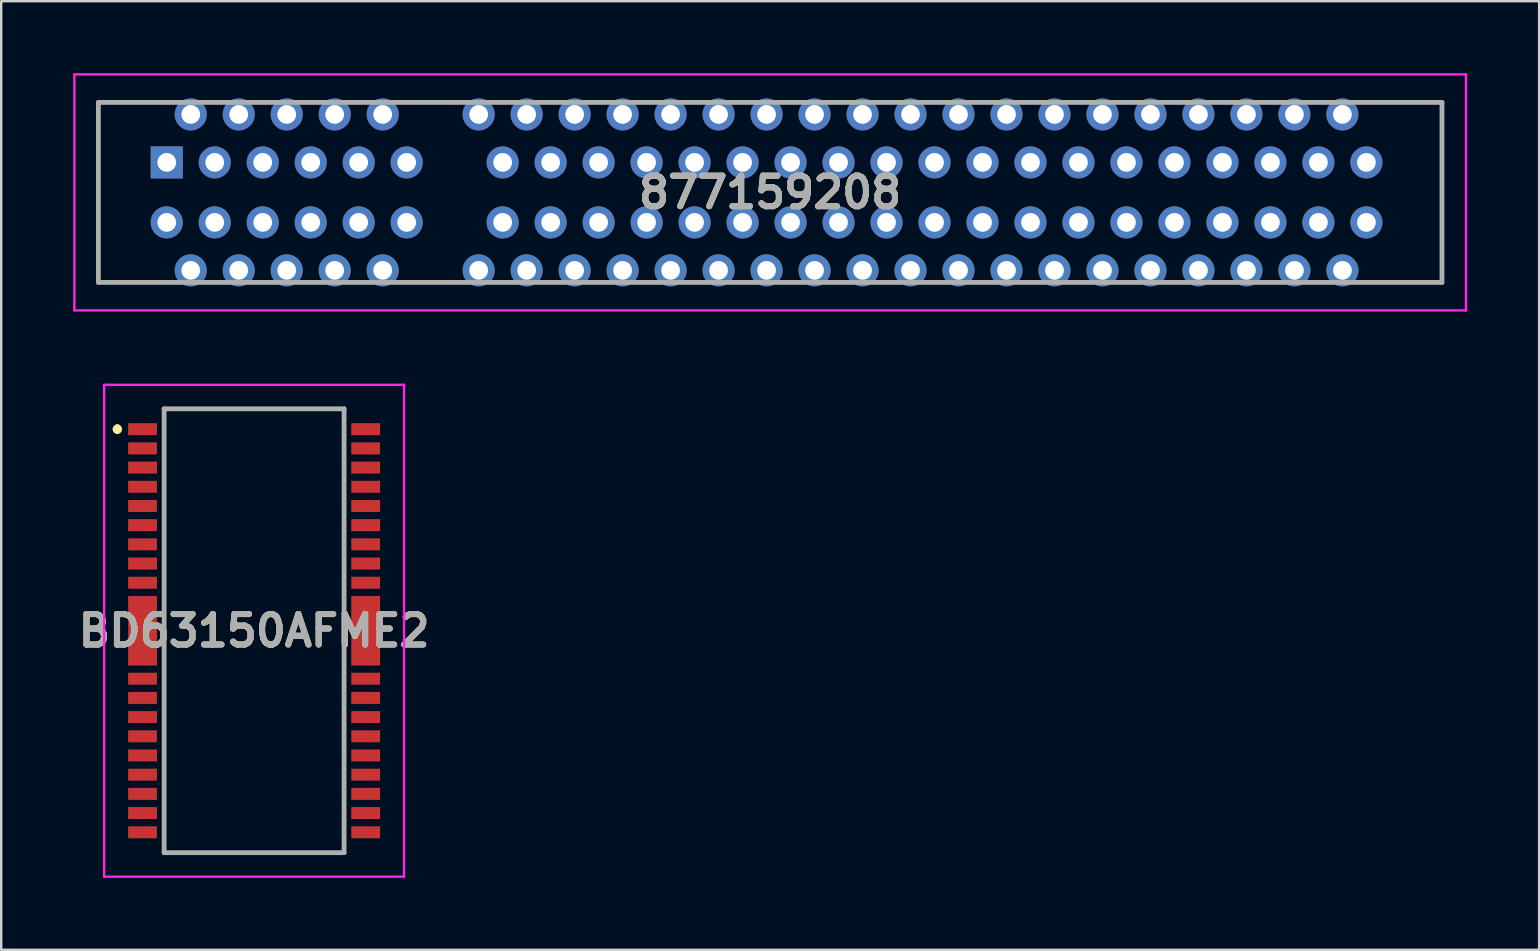
<source format=kicad_pcb>
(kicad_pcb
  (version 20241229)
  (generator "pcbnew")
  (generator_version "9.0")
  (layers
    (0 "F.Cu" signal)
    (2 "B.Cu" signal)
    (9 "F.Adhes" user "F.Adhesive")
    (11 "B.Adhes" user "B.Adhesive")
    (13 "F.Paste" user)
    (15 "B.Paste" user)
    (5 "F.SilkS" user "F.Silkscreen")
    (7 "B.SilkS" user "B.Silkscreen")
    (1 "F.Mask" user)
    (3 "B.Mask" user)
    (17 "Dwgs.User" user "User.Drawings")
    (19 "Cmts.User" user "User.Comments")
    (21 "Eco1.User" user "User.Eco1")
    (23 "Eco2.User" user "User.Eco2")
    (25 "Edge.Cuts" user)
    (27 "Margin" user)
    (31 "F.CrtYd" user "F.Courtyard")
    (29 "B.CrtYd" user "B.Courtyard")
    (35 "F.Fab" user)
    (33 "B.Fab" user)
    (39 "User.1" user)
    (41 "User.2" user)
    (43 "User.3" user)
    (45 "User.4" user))
  (footprint "BD63150AFME2"
    (layer "F.Cu")
    (at 7.541 23.238)
    (property "Reference" "BD63150AFME2" (at 0 0 0) (layer "F.SilkS") (effects (font (size 1.27 1.27) (thickness 0.254))))
    (attr smd)
    (fp_line (start -5.7 -8.5) (end -5.7 -8.5) (stroke (width 0.2) (type solid)) (layer "F.SilkS"))
    (fp_line (start -5.7 -8.3) (end -5.7 -8.3) (stroke (width 0.2) (type solid)) (layer "F.SilkS"))
    (fp_line (start -3.75 -9.25) (end 3.75 -9.25) (stroke (width 0.1) (type solid)) (layer "F.SilkS"))
    (fp_line (start -3.75 9.25) (end -3.75 -9.25) (stroke (width 0.1) (type solid)) (layer "F.SilkS"))
    (fp_line (start 3.75 -9.25) (end 3.75 9.25) (stroke (width 0.1) (type solid)) (layer "F.SilkS"))
    (fp_line (start 3.75 9.25) (end -3.75 9.25) (stroke (width 0.1) (type solid)) (layer "F.SilkS"))
    (fp_arc (start -5.7 -8.5) (mid -5.6 -8.4) (end -5.7 -8.3) (stroke (width 0.2) (type solid)) (layer "F.SilkS"))
    (fp_arc (start -5.7 -8.3) (mid -5.8 -8.4) (end -5.7 -8.5) (stroke (width 0.2) (type solid)) (layer "F.SilkS"))
    (fp_line (start -6.25 -10.25) (end 6.25 -10.25) (stroke (width 0.1) (type solid)) (layer "F.CrtYd"))
    (fp_line (start -6.25 10.25) (end -6.25 -10.25) (stroke (width 0.1) (type solid)) (layer "F.CrtYd"))
    (fp_line (start 6.25 -10.25) (end 6.25 10.25) (stroke (width 0.1) (type solid)) (layer "F.CrtYd"))
    (fp_line (start 6.25 10.25) (end -6.25 10.25) (stroke (width 0.1) (type solid)) (layer "F.CrtYd"))
    (fp_line (start -3.75 -9.25) (end 3.75 -9.25) (stroke (width 0.2) (type solid)) (layer "F.Fab"))
    (fp_line (start -3.75 9.25) (end -3.75 -9.25) (stroke (width 0.2) (type solid)) (layer "F.Fab"))
    (fp_line (start 3.75 -9.25) (end 3.75 9.25) (stroke (width 0.2) (type solid)) (layer "F.Fab"))
    (fp_line (start 3.75 9.25) (end -3.75 9.25) (stroke (width 0.2) (type solid)) (layer "F.Fab"))
    (fp_text user "${REFERENCE}" (at 0 0 0) (layer "F.Fab") (effects (font (size 1.27 1.27) (thickness 0.254))))
    (pad "1" smd rect (at -4.65 -8.4 90) (size 0.5 1.2) (layers "F.Cu" "F.Mask" "F.Paste"))
    (pad "2" smd rect (at -4.65 -7.6 90) (size 0.5 1.2) (layers "F.Cu" "F.Mask" "F.Paste"))
    (pad "3" smd rect (at -4.65 -6.8 90) (size 0.5 1.2) (layers "F.Cu" "F.Mask" "F.Paste"))
    (pad "4" smd rect (at -4.65 -6 90) (size 0.5 1.2) (layers "F.Cu" "F.Mask" "F.Paste"))
    (pad "5" smd rect (at -4.65 -5.2 90) (size 0.5 1.2) (layers "F.Cu" "F.Mask" "F.Paste"))
    (pad "6" smd rect (at -4.65 -4.4 90) (size 0.5 1.2) (layers "F.Cu" "F.Mask" "F.Paste"))
    (pad "7" smd rect (at -4.65 -3.6 90) (size 0.5 1.2) (layers "F.Cu" "F.Mask" "F.Paste"))
    (pad "8" smd rect (at -4.65 -2.8 90) (size 0.5 1.2) (layers "F.Cu" "F.Mask" "F.Paste"))
    (pad "9" smd rect (at -4.65 -2 90) (size 0.5 1.2) (layers "F.Cu" "F.Mask" "F.Paste"))
    (pad "10" smd rect (at -4.65 2 90) (size 0.5 1.2) (layers "F.Cu" "F.Mask" "F.Paste"))
    (pad "11" smd rect (at -4.65 2.8 90) (size 0.5 1.2) (layers "F.Cu" "F.Mask" "F.Paste"))
    (pad "12" smd rect (at -4.65 3.6 90) (size 0.5 1.2) (layers "F.Cu" "F.Mask" "F.Paste"))
    (pad "13" smd rect (at -4.65 4.4 90) (size 0.5 1.2) (layers "F.Cu" "F.Mask" "F.Paste"))
    (pad "14" smd rect (at -4.65 5.2 90) (size 0.5 1.2) (layers "F.Cu" "F.Mask" "F.Paste"))
    (pad "15" smd rect (at -4.65 6 90) (size 0.5 1.2) (layers "F.Cu" "F.Mask" "F.Paste"))
    (pad "16" smd rect (at -4.65 6.8 90) (size 0.5 1.2) (layers "F.Cu" "F.Mask" "F.Paste"))
    (pad "17" smd rect (at -4.65 7.6 90) (size 0.5 1.2) (layers "F.Cu" "F.Mask" "F.Paste"))
    (pad "18" smd rect (at -4.65 8.4 90) (size 0.5 1.2) (layers "F.Cu" "F.Mask" "F.Paste"))
    (pad "19" smd rect (at 4.65 8.4 90) (size 0.5 1.2) (layers "F.Cu" "F.Mask" "F.Paste"))
    (pad "20" smd rect (at 4.65 7.6 90) (size 0.5 1.2) (layers "F.Cu" "F.Mask" "F.Paste"))
    (pad "21" smd rect (at 4.65 6.8 90) (size 0.5 1.2) (layers "F.Cu" "F.Mask" "F.Paste"))
    (pad "22" smd rect (at 4.65 6 90) (size 0.5 1.2) (layers "F.Cu" "F.Mask" "F.Paste"))
    (pad "23" smd rect (at 4.65 5.2 90) (size 0.5 1.2) (layers "F.Cu" "F.Mask" "F.Paste"))
    (pad "24" smd rect (at 4.65 4.4 90) (size 0.5 1.2) (layers "F.Cu" "F.Mask" "F.Paste"))
    (pad "25" smd rect (at 4.65 3.6 90) (size 0.5 1.2) (layers "F.Cu" "F.Mask" "F.Paste"))
    (pad "26" smd rect (at 4.65 2.8 90) (size 0.5 1.2) (layers "F.Cu" "F.Mask" "F.Paste"))
    (pad "27" smd rect (at 4.65 2 90) (size 0.5 1.2) (layers "F.Cu" "F.Mask" "F.Paste"))
    (pad "28" smd rect (at 4.65 -2 90) (size 0.5 1.2) (layers "F.Cu" "F.Mask" "F.Paste"))
    (pad "29" smd rect (at 4.65 -2.8 90) (size 0.5 1.2) (layers "F.Cu" "F.Mask" "F.Paste"))
    (pad "30" smd rect (at 4.65 -3.6 90) (size 0.5 1.2) (layers "F.Cu" "F.Mask" "F.Paste"))
    (pad "31" smd rect (at 4.65 -4.4 90) (size 0.5 1.2) (layers "F.Cu" "F.Mask" "F.Paste"))
    (pad "32" smd rect (at 4.65 -5.2 90) (size 0.5 1.2) (layers "F.Cu" "F.Mask" "F.Paste"))
    (pad "33" smd rect (at 4.65 -6 90) (size 0.5 1.2) (layers "F.Cu" "F.Mask" "F.Paste"))
    (pad "34" smd rect (at 4.65 -6.8 90) (size 0.5 1.2) (layers "F.Cu" "F.Mask" "F.Paste"))
    (pad "35" smd rect (at 4.65 -7.6 90) (size 0.5 1.2) (layers "F.Cu" "F.Mask" "F.Paste"))
    (pad "36" smd rect (at 4.65 -8.4 90) (size 0.5 1.2) (layers "F.Cu" "F.Mask" "F.Paste"))
    (pad "37" smd rect (at -4.65 0) (size 1.2 2.9) (layers "F.Cu" "F.Mask" "F.Paste"))
    (pad "38" smd rect (at 4.65 0) (size 1.2 2.9) (layers "F.Cu" "F.Mask" "F.Paste")))
  (footprint "877159208"
    (layer "F.Cu")
    (at 3.9 3.719)
    (property "Reference" "877159208" (at 25.15 1.25 0) (layer "F.SilkS") (effects (font (size 1.27 1.27) (thickness 0.254))))
    (attr through_hole)
    (fp_line (start -2.85 -2.5) (end -2.85 -2.5) (stroke (width 0.1) (type solid)) (layer "F.SilkS"))
    (fp_line (start -2.85 -2.5) (end -2.85 -2.5) (stroke (width 0.1) (type solid)) (layer "F.SilkS"))
    (fp_line (start -2.85 -2.5) (end -2.85 5) (stroke (width 0.1) (type solid)) (layer "F.SilkS"))
    (fp_line (start -2.85 -2.5) (end -0.25 -2.5) (stroke (width 0.1) (type solid)) (layer "F.SilkS"))
    (fp_line (start -2.85 5) (end -2.85 -2.5) (stroke (width 0.1) (type solid)) (layer "F.SilkS"))
    (fp_line (start -2.85 5) (end -2.85 5) (stroke (width 0.1) (type solid)) (layer "F.SilkS"))
    (fp_line (start -2.85 5) (end -2.85 5) (stroke (width 0.1) (type solid)) (layer "F.SilkS"))
    (fp_line (start -2.85 5) (end -0.25 5) (stroke (width 0.1) (type solid)) (layer "F.SilkS"))
    (fp_line (start -0.25 -2.5) (end -2.85 -2.5) (stroke (width 0.1) (type solid)) (layer "F.SilkS"))
    (fp_line (start -0.25 -2.5) (end -0.25 -2.5) (stroke (width 0.1) (type solid)) (layer "F.SilkS"))
    (fp_line (start -0.25 5) (end -2.85 5) (stroke (width 0.1) (type solid)) (layer "F.SilkS"))
    (fp_line (start -0.25 5) (end -0.25 5) (stroke (width 0.1) (type solid)) (layer "F.SilkS"))
    (fp_line (start 10 -2.5) (end 10 -2.5) (stroke (width 0.1) (type solid)) (layer "F.SilkS"))
    (fp_line (start 10 -2.5) (end 12.25 -2.5) (stroke (width 0.1) (type solid)) (layer "F.SilkS"))
    (fp_line (start 10 5) (end 10 5) (stroke (width 0.1) (type solid)) (layer "F.SilkS"))
    (fp_line (start 10 5) (end 12 5) (stroke (width 0.1) (type solid)) (layer "F.SilkS"))
    (fp_line (start 12 5) (end 10 5) (stroke (width 0.1) (type solid)) (layer "F.SilkS"))
    (fp_line (start 12 5) (end 12 5) (stroke (width 0.1) (type solid)) (layer "F.SilkS"))
    (fp_line (start 12.25 -2.5) (end 10 -2.5) (stroke (width 0.1) (type solid)) (layer "F.SilkS"))
    (fp_line (start 12.25 -2.5) (end 12.25 -2.5) (stroke (width 0.1) (type solid)) (layer "F.SilkS"))
    (fp_line (start 50 -2.5) (end 50 -2.5) (stroke (width 0.1) (type solid)) (layer "F.SilkS"))
    (fp_line (start 50 -2.5) (end 53.15 -2.5) (stroke (width 0.1) (type solid)) (layer "F.SilkS"))
    (fp_line (start 50.25 5) (end 50.25 5) (stroke (width 0.1) (type solid)) (layer "F.SilkS"))
    (fp_line (start 50.25 5) (end 53.15 5) (stroke (width 0.1) (type solid)) (layer "F.SilkS"))
    (fp_line (start 53.15 -2.5) (end 50 -2.5) (stroke (width 0.1) (type solid)) (layer "F.SilkS"))
    (fp_line (start 53.15 -2.5) (end 53.15 -2.5) (stroke (width 0.1) (type solid)) (layer "F.SilkS"))
    (fp_line (start 53.15 -2.5) (end 53.15 -2.5) (stroke (width 0.1) (type solid)) (layer "F.SilkS"))
    (fp_line (start 53.15 -2.5) (end 53.15 0.25) (stroke (width 0.1) (type solid)) (layer "F.SilkS"))
    (fp_line (start 53.15 0.25) (end 53.15 -2.5) (stroke (width 0.1) (type solid)) (layer "F.SilkS"))
    (fp_line (start 53.15 0.25) (end 53.15 0.25) (stroke (width 0.1) (type solid)) (layer "F.SilkS"))
    (fp_line (start 53.15 2.25) (end 53.15 2.25) (stroke (width 0.1) (type solid)) (layer "F.SilkS"))
    (fp_line (start 53.15 2.25) (end 53.15 5) (stroke (width 0.1) (type solid)) (layer "F.SilkS"))
    (fp_line (start 53.15 5) (end 50.25 5) (stroke (width 0.1) (type solid)) (layer "F.SilkS"))
    (fp_line (start 53.15 5) (end 53.15 2.25) (stroke (width 0.1) (type solid)) (layer "F.SilkS"))
    (fp_line (start 53.15 5) (end 53.15 5) (stroke (width 0.1) (type solid)) (layer "F.SilkS"))
    (fp_line (start 53.15 5) (end 53.15 5) (stroke (width 0.1) (type solid)) (layer "F.SilkS"))
    (fp_line (start -3.85 -3.669) (end 54.15 -3.669) (stroke (width 0.1) (type solid)) (layer "F.CrtYd"))
    (fp_line (start -3.85 6.169) (end -3.85 -3.669) (stroke (width 0.1) (type solid)) (layer "F.CrtYd"))
    (fp_line (start 54.15 -3.669) (end 54.15 6.169) (stroke (width 0.1) (type solid)) (layer "F.CrtYd"))
    (fp_line (start 54.15 6.169) (end -3.85 6.169) (stroke (width 0.1) (type solid)) (layer "F.CrtYd"))
    (fp_line (start -2.85 -2.5) (end -2.85 5) (stroke (width 0.2) (type solid)) (layer "F.Fab"))
    (fp_line (start -2.85 5) (end 53.15 5) (stroke (width 0.2) (type solid)) (layer "F.Fab"))
    (fp_line (start 53.15 -2.5) (end -2.85 -2.5) (stroke (width 0.2) (type solid)) (layer "F.Fab"))
    (fp_line (start 53.15 5) (end 53.15 -2.5) (stroke (width 0.2) (type solid)) (layer "F.Fab"))
    (fp_text user "${REFERENCE}" (at 25.15 1.25 0) (layer "F.Fab") (effects (font (size 1.27 1.27) (thickness 0.254))))
    (pad "" np_thru_hole circle (at 11.65 1.25) (size 0.001 0.001) (drill 2.4) (layers "*.Cu" "*.Mask"))
    (pad "" np_thru_hole circle (at 51.8 1.25) (size 0.001 0.001) (drill 2.4) (layers "*.Cu" "*.Mask"))
    (pad "A1" thru_hole rect (at 0 0) (size 1.337 1.337) (drill 0.78) (layers "*.Cu" "*.Mask"))
    (pad "A2" thru_hole circle (at 1 -2) (size 1.337 1.337) (drill 0.78) (layers "*.Cu" "*.Mask"))
    (pad "A3" thru_hole circle (at 2 0) (size 1.337 1.337) (drill 0.78) (layers "*.Cu" "*.Mask"))
    (pad "A4" thru_hole circle (at 3 -2) (size 1.337 1.337) (drill 0.78) (layers "*.Cu" "*.Mask"))
    (pad "A5" thru_hole circle (at 4 0) (size 1.337 1.337) (drill 0.78) (layers "*.Cu" "*.Mask"))
    (pad "A6" thru_hole circle (at 5 -2) (size 1.337 1.337) (drill 0.78) (layers "*.Cu" "*.Mask"))
    (pad "A7" thru_hole circle (at 6 0) (size 1.337 1.337) (drill 0.78) (layers "*.Cu" "*.Mask"))
    (pad "A8" thru_hole circle (at 7 -2) (size 1.337 1.337) (drill 0.78) (layers "*.Cu" "*.Mask"))
    (pad "A9" thru_hole circle (at 8 0) (size 1.337 1.337) (drill 0.78) (layers "*.Cu" "*.Mask"))
    (pad "A10" thru_hole circle (at 9 -2) (size 1.337 1.337) (drill 0.78) (layers "*.Cu" "*.Mask"))
    (pad "A11" thru_hole circle (at 10 0) (size 1.337 1.337) (drill 0.78) (layers "*.Cu" "*.Mask"))
    (pad "A12" thru_hole circle (at 13 -2) (size 1.337 1.337) (drill 0.78) (layers "*.Cu" "*.Mask"))
    (pad "A13" thru_hole circle (at 14 0) (size 1.337 1.337) (drill 0.78) (layers "*.Cu" "*.Mask"))
    (pad "A14" thru_hole circle (at 15 -2) (size 1.337 1.337) (drill 0.78) (layers "*.Cu" "*.Mask"))
    (pad "A15" thru_hole circle (at 16 0) (size 1.337 1.337) (drill 0.78) (layers "*.Cu" "*.Mask"))
    (pad "A16" thru_hole circle (at 17 -2) (size 1.337 1.337) (drill 0.78) (layers "*.Cu" "*.Mask"))
    (pad "A17" thru_hole circle (at 18 0) (size 1.337 1.337) (drill 0.78) (layers "*.Cu" "*.Mask"))
    (pad "A18" thru_hole circle (at 19 -2) (size 1.337 1.337) (drill 0.78) (layers "*.Cu" "*.Mask"))
    (pad "A19" thru_hole circle (at 20 0) (size 1.337 1.337) (drill 0.78) (layers "*.Cu" "*.Mask"))
    (pad "A20" thru_hole circle (at 21 -2) (size 1.337 1.337) (drill 0.78) (layers "*.Cu" "*.Mask"))
    (pad "A21" thru_hole circle (at 22 0) (size 1.337 1.337) (drill 0.78) (layers "*.Cu" "*.Mask"))
    (pad "A22" thru_hole circle (at 23 -2) (size 1.337 1.337) (drill 0.78) (layers "*.Cu" "*.Mask"))
    (pad "A23" thru_hole circle (at 24 0) (size 1.337 1.337) (drill 0.78) (layers "*.Cu" "*.Mask"))
    (pad "A24" thru_hole circle (at 25 -2) (size 1.337 1.337) (drill 0.78) (layers "*.Cu" "*.Mask"))
    (pad "A25" thru_hole circle (at 26 0) (size 1.337 1.337) (drill 0.78) (layers "*.Cu" "*.Mask"))
    (pad "A26" thru_hole circle (at 27 -2) (size 1.337 1.337) (drill 0.78) (layers "*.Cu" "*.Mask"))
    (pad "A27" thru_hole circle (at 28 0) (size 1.337 1.337) (drill 0.78) (layers "*.Cu" "*.Mask"))
    (pad "A28" thru_hole circle (at 29 -2) (size 1.337 1.337) (drill 0.78) (layers "*.Cu" "*.Mask"))
    (pad "A29" thru_hole circle (at 30 0) (size 1.337 1.337) (drill 0.78) (layers "*.Cu" "*.Mask"))
    (pad "A30" thru_hole circle (at 31 -2) (size 1.337 1.337) (drill 0.78) (layers "*.Cu" "*.Mask"))
    (pad "A31" thru_hole circle (at 32 0) (size 1.337 1.337) (drill 0.78) (layers "*.Cu" "*.Mask"))
    (pad "A32" thru_hole circle (at 33 -2) (size 1.337 1.337) (drill 0.78) (layers "*.Cu" "*.Mask"))
    (pad "A33" thru_hole circle (at 34 0) (size 1.337 1.337) (drill 0.78) (layers "*.Cu" "*.Mask"))
    (pad "A34" thru_hole circle (at 35 -2) (size 1.337 1.337) (drill 0.78) (layers "*.Cu" "*.Mask"))
    (pad "A35" thru_hole circle (at 36 0) (size 1.337 1.337) (drill 0.78) (layers "*.Cu" "*.Mask"))
    (pad "A36" thru_hole circle (at 37 -2) (size 1.337 1.337) (drill 0.78) (layers "*.Cu" "*.Mask"))
    (pad "A37" thru_hole circle (at 38 0) (size 1.337 1.337) (drill 0.78) (layers "*.Cu" "*.Mask"))
    (pad "A38" thru_hole circle (at 39 -2) (size 1.337 1.337) (drill 0.78) (layers "*.Cu" "*.Mask"))
    (pad "A39" thru_hole circle (at 40 0) (size 1.337 1.337) (drill 0.78) (layers "*.Cu" "*.Mask"))
    (pad "A40" thru_hole circle (at 41 -2) (size 1.337 1.337) (drill 0.78) (layers "*.Cu" "*.Mask"))
    (pad "A41" thru_hole circle (at 42 0) (size 1.337 1.337) (drill 0.78) (layers "*.Cu" "*.Mask"))
    (pad "A42" thru_hole circle (at 43 -2) (size 1.337 1.337) (drill 0.78) (layers "*.Cu" "*.Mask"))
    (pad "A43" thru_hole circle (at 44 0) (size 1.337 1.337) (drill 0.78) (layers "*.Cu" "*.Mask"))
    (pad "A44" thru_hole circle (at 45 -2) (size 1.337 1.337) (drill 0.78) (layers "*.Cu" "*.Mask"))
    (pad "A45" thru_hole circle (at 46 0) (size 1.337 1.337) (drill 0.78) (layers "*.Cu" "*.Mask"))
    (pad "A46" thru_hole circle (at 47 -2) (size 1.337 1.337) (drill 0.78) (layers "*.Cu" "*.Mask"))
    (pad "A47" thru_hole circle (at 48 0) (size 1.337 1.337) (drill 0.78) (layers "*.Cu" "*.Mask"))
    (pad "A48" thru_hole circle (at 49 -2) (size 1.337 1.337) (drill 0.78) (layers "*.Cu" "*.Mask"))
    (pad "A49" thru_hole circle (at 50 0) (size 1.337 1.337) (drill 0.78) (layers "*.Cu" "*.Mask"))
    (pad "B1" thru_hole circle (at 0 2.5) (size 1.337 1.337) (drill 0.78) (layers "*.Cu" "*.Mask"))
    (pad "B2" thru_hole circle (at 1 4.5) (size 1.337 1.337) (drill 0.78) (layers "*.Cu" "*.Mask"))
    (pad "B3" thru_hole circle (at 2 2.5) (size 1.337 1.337) (drill 0.78) (layers "*.Cu" "*.Mask"))
    (pad "B4" thru_hole circle (at 3 4.5) (size 1.337 1.337) (drill 0.78) (layers "*.Cu" "*.Mask"))
    (pad "B5" thru_hole circle (at 4 2.5) (size 1.337 1.337) (drill 0.78) (layers "*.Cu" "*.Mask"))
    (pad "B6" thru_hole circle (at 5 4.5) (size 1.337 1.337) (drill 0.78) (layers "*.Cu" "*.Mask"))
    (pad "B7" thru_hole circle (at 6 2.5) (size 1.337 1.337) (drill 0.78) (layers "*.Cu" "*.Mask"))
    (pad "B8" thru_hole circle (at 7 4.5) (size 1.337 1.337) (drill 0.78) (layers "*.Cu" "*.Mask"))
    (pad "B9" thru_hole circle (at 8 2.5) (size 1.337 1.337) (drill 0.78) (layers "*.Cu" "*.Mask"))
    (pad "B10" thru_hole circle (at 9 4.5) (size 1.337 1.337) (drill 0.78) (layers "*.Cu" "*.Mask"))
    (pad "B11" thru_hole circle (at 10 2.5) (size 1.337 1.337) (drill 0.78) (layers "*.Cu" "*.Mask"))
    (pad "B12" thru_hole circle (at 13 4.5) (size 1.337 1.337) (drill 0.78) (layers "*.Cu" "*.Mask"))
    (pad "B13" thru_hole circle (at 14 2.5) (size 1.337 1.337) (drill 0.78) (layers "*.Cu" "*.Mask"))
    (pad "B14" thru_hole circle (at 15 4.5) (size 1.337 1.337) (drill 0.78) (layers "*.Cu" "*.Mask"))
    (pad "B15" thru_hole circle (at 16 2.5) (size 1.337 1.337) (drill 0.78) (layers "*.Cu" "*.Mask"))
    (pad "B16" thru_hole circle (at 17 4.5) (size 1.337 1.337) (drill 0.78) (layers "*.Cu" "*.Mask"))
    (pad "B17" thru_hole circle (at 18 2.5) (size 1.337 1.337) (drill 0.78) (layers "*.Cu" "*.Mask"))
    (pad "B18" thru_hole circle (at 19 4.5) (size 1.337 1.337) (drill 0.78) (layers "*.Cu" "*.Mask"))
    (pad "B19" thru_hole circle (at 20 2.5) (size 1.337 1.337) (drill 0.78) (layers "*.Cu" "*.Mask"))
    (pad "B20" thru_hole circle (at 21 4.5) (size 1.337 1.337) (drill 0.78) (layers "*.Cu" "*.Mask"))
    (pad "B21" thru_hole circle (at 22 2.5) (size 1.337 1.337) (drill 0.78) (layers "*.Cu" "*.Mask"))
    (pad "B22" thru_hole circle (at 23 4.5) (size 1.337 1.337) (drill 0.78) (layers "*.Cu" "*.Mask"))
    (pad "B23" thru_hole circle (at 24 2.5) (size 1.337 1.337) (drill 0.78) (layers "*.Cu" "*.Mask"))
    (pad "B24" thru_hole circle (at 25 4.5) (size 1.337 1.337) (drill 0.78) (layers "*.Cu" "*.Mask"))
    (pad "B25" thru_hole circle (at 26 2.5) (size 1.337 1.337) (drill 0.78) (layers "*.Cu" "*.Mask"))
    (pad "B26" thru_hole circle (at 27 4.5) (size 1.337 1.337) (drill 0.78) (layers "*.Cu" "*.Mask"))
    (pad "B27" thru_hole circle (at 28 2.5) (size 1.337 1.337) (drill 0.78) (layers "*.Cu" "*.Mask"))
    (pad "B28" thru_hole circle (at 29 4.5) (size 1.337 1.337) (drill 0.78) (layers "*.Cu" "*.Mask"))
    (pad "B29" thru_hole circle (at 30 2.5) (size 1.337 1.337) (drill 0.78) (layers "*.Cu" "*.Mask"))
    (pad "B30" thru_hole circle (at 31 4.5) (size 1.337 1.337) (drill 0.78) (layers "*.Cu" "*.Mask"))
    (pad "B31" thru_hole circle (at 32 2.5) (size 1.337 1.337) (drill 0.78) (layers "*.Cu" "*.Mask"))
    (pad "B32" thru_hole circle (at 33 4.5) (size 1.337 1.337) (drill 0.78) (layers "*.Cu" "*.Mask"))
    (pad "B33" thru_hole circle (at 34 2.5) (size 1.337 1.337) (drill 0.78) (layers "*.Cu" "*.Mask"))
    (pad "B34" thru_hole circle (at 35 4.5) (size 1.337 1.337) (drill 0.78) (layers "*.Cu" "*.Mask"))
    (pad "B35" thru_hole circle (at 36 2.5) (size 1.337 1.337) (drill 0.78) (layers "*.Cu" "*.Mask"))
    (pad "B36" thru_hole circle (at 37 4.5) (size 1.337 1.337) (drill 0.78) (layers "*.Cu" "*.Mask"))
    (pad "B37" thru_hole circle (at 38 2.5) (size 1.337 1.337) (drill 0.78) (layers "*.Cu" "*.Mask"))
    (pad "B38" thru_hole circle (at 39 4.5) (size 1.337 1.337) (drill 0.78) (layers "*.Cu" "*.Mask"))
    (pad "B39" thru_hole circle (at 40 2.5) (size 1.337 1.337) (drill 0.78) (layers "*.Cu" "*.Mask"))
    (pad "B40" thru_hole circle (at 41 4.5) (size 1.337 1.337) (drill 0.78) (layers "*.Cu" "*.Mask"))
    (pad "B41" thru_hole circle (at 42 2.5) (size 1.337 1.337) (drill 0.78) (layers "*.Cu" "*.Mask"))
    (pad "B42" thru_hole circle (at 43 4.5) (size 1.337 1.337) (drill 0.78) (layers "*.Cu" "*.Mask"))
    (pad "B43" thru_hole circle (at 44 2.5) (size 1.337 1.337) (drill 0.78) (layers "*.Cu" "*.Mask"))
    (pad "B44" thru_hole circle (at 45 4.5) (size 1.337 1.337) (drill 0.78) (layers "*.Cu" "*.Mask"))
    (pad "B45" thru_hole circle (at 46 2.5) (size 1.337 1.337) (drill 0.78) (layers "*.Cu" "*.Mask"))
    (pad "B46" thru_hole circle (at 47 4.5) (size 1.337 1.337) (drill 0.78) (layers "*.Cu" "*.Mask"))
    (pad "B47" thru_hole circle (at 48 2.5) (size 1.337 1.337) (drill 0.78) (layers "*.Cu" "*.Mask"))
    (pad "B48" thru_hole circle (at 49 4.5) (size 1.337 1.337) (drill 0.78) (layers "*.Cu" "*.Mask"))
    (pad "B49" thru_hole circle (at 50 2.5) (size 1.337 1.337) (drill 0.78) (layers "*.Cu" "*.Mask")))
  (gr_rect
    (start -3 -3)
    (end 61.1 36.538)
    (stroke (width 0.1) (type default))
    (fill no)
    (layer "Edge.Cuts")))
</source>
